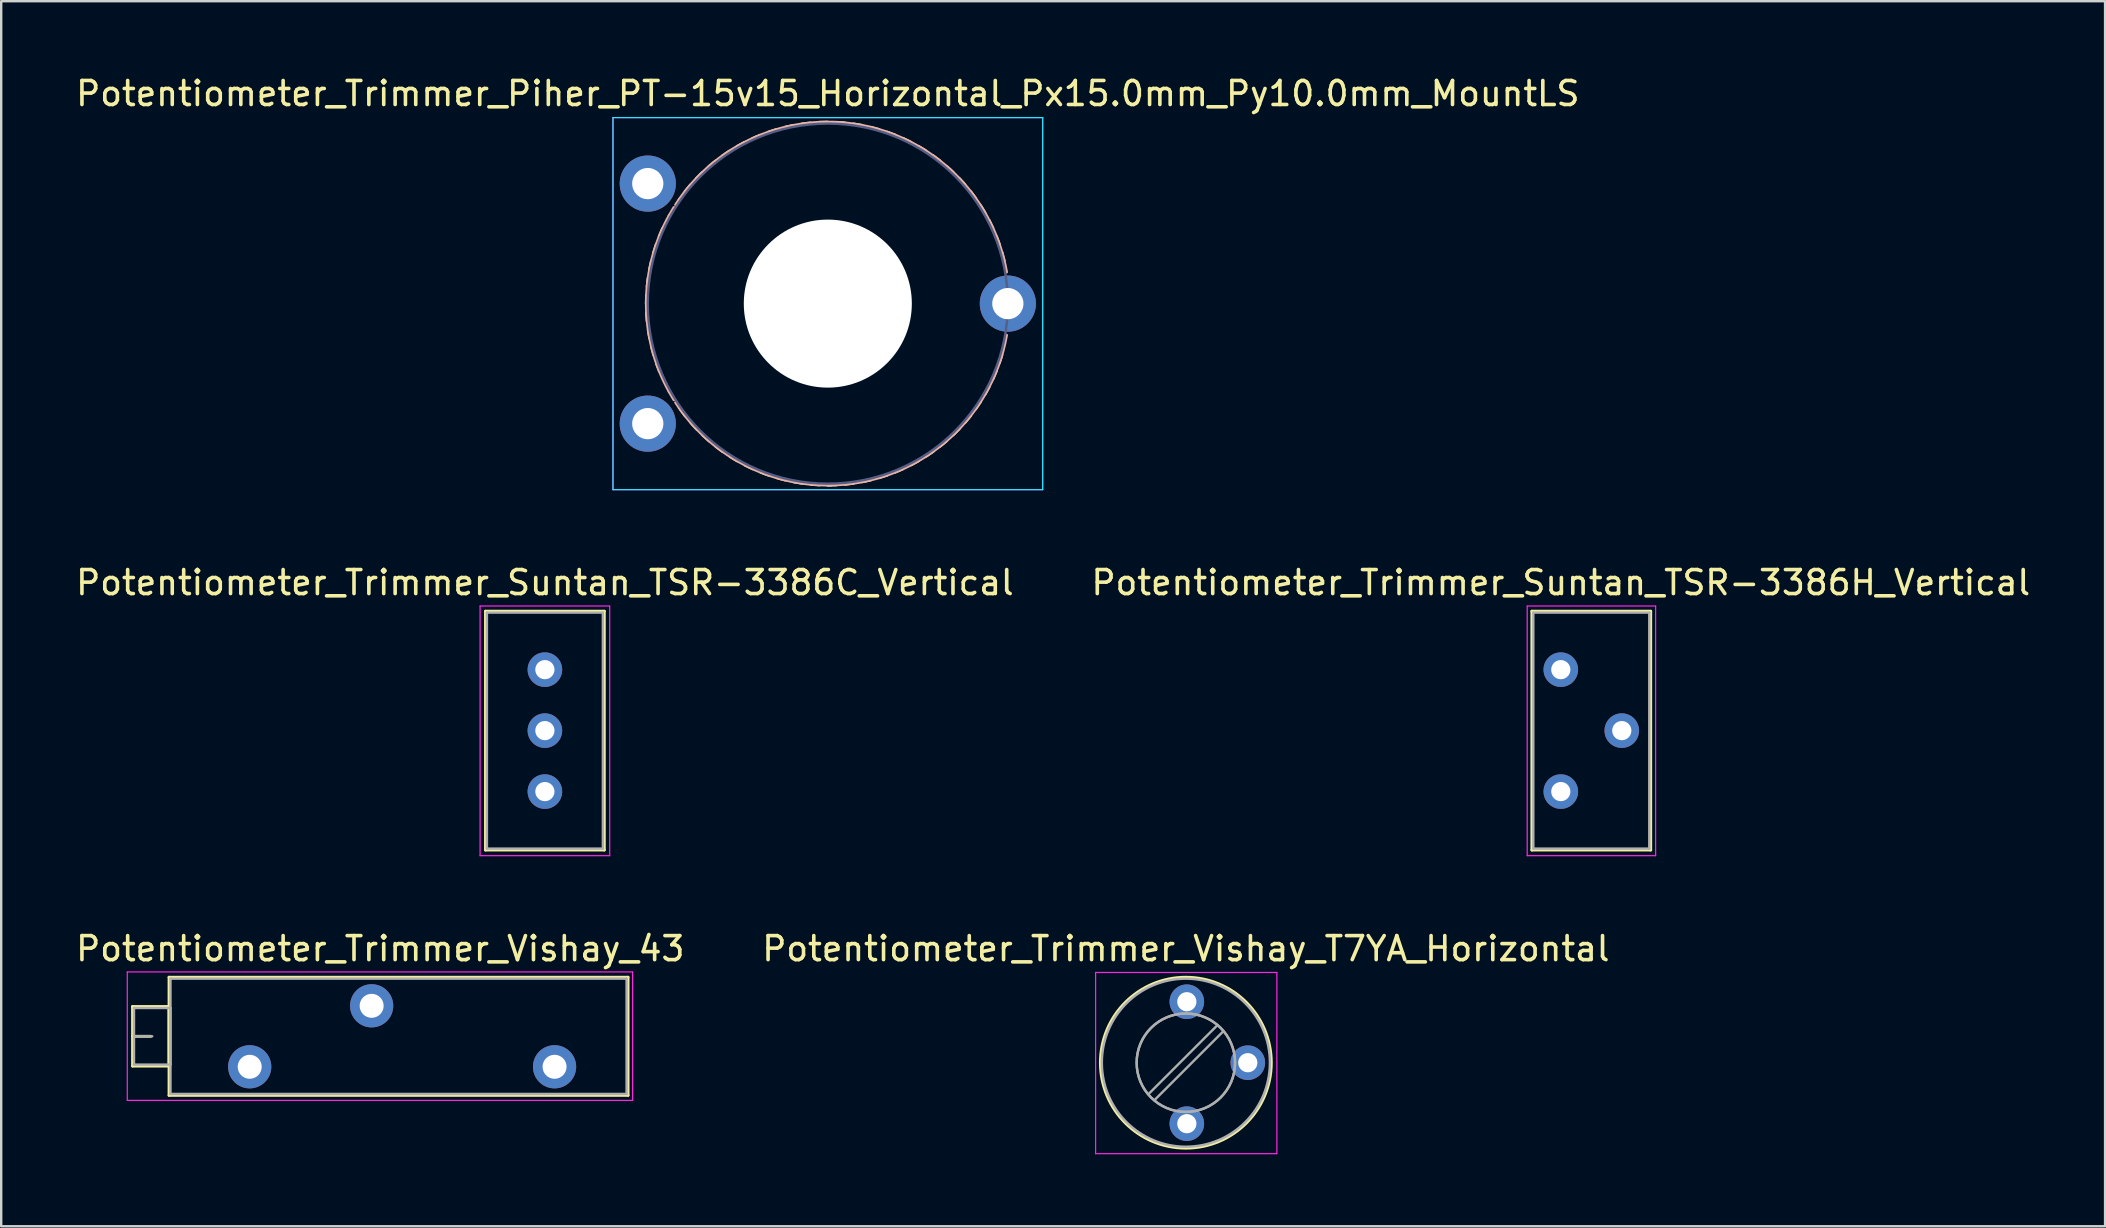
<source format=kicad_pcb>
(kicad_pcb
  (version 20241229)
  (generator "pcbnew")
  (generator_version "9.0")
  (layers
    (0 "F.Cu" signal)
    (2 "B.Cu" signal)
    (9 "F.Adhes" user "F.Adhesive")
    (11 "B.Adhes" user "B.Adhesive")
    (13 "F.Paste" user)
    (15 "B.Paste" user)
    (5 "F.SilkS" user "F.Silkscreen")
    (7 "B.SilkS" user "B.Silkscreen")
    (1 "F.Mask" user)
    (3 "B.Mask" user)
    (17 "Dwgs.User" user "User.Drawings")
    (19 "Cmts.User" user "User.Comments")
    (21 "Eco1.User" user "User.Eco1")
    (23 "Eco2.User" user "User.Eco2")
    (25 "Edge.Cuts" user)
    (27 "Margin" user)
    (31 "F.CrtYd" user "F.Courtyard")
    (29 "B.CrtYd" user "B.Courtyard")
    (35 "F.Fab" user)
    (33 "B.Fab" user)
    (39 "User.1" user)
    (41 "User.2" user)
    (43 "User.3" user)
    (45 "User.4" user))
  (footprint "Potentiometer_Trimmer_Vishay_T7YA_Horizontal"
    (layer "F.Cu")
    (at 46.391 43.76)
    (property "Reference" "Potentiometer_Trimmer_Vishay_T7YA_Horizontal" (at -0.04 -7.29 0) (layer "F.SilkS") (effects (font (size 1 1) (thickness 0.15))))
    (attr through_hole)
    (fp_circle (center -0.041 -2.54) (end 3.519 -2.54) (stroke (width 0.12) (type solid)) (fill no) (layer "F.SilkS"))
    (fp_line (start -3.8 -6.3) (end -3.8 1.25) (stroke (width 0.05) (type solid)) (layer "F.CrtYd"))
    (fp_line (start -3.8 1.25) (end 3.75 1.25) (stroke (width 0.05) (type solid)) (layer "F.CrtYd"))
    (fp_line (start 3.75 -6.3) (end -3.8 -6.3) (stroke (width 0.05) (type solid)) (layer "F.CrtYd"))
    (fp_line (start 3.75 1.25) (end 3.75 -6.3) (stroke (width 0.05) (type solid)) (layer "F.CrtYd"))
    (fp_line (start 1.265 -4.094) (end -1.595 -1.235) (stroke (width 0.1) (type solid)) (layer "F.Fab"))
    (fp_line (start 1.515 -3.844) (end -1.345 -0.985) (stroke (width 0.1) (type solid)) (layer "F.Fab"))
    (fp_circle (center -0.041 -2.54) (end 2.009 -2.54) (stroke (width 0.1) (type solid)) (fill no) (layer "F.Fab"))
    (fp_circle (center -0.04 -2.54) (end 2.01 -2.54) (stroke (width 0.1) (type solid)) (fill no) (layer "F.Fab"))
    (fp_circle (center -0.04 -2.54) (end 3.46 -2.54) (stroke (width 0.1) (type solid)) (fill no) (layer "F.Fab"))
    (pad "1" thru_hole circle (at 0 0) (size 1.44 1.44) (drill 0.8) (layers "*.Cu" "*.Mask"))
    (pad "2" thru_hole circle (at 2.54 -2.54) (size 1.44 1.44) (drill 0.8) (layers "*.Cu" "*.Mask"))
    (pad "3" thru_hole circle (at 0 -5.08) (size 1.44 1.44) (drill 0.8) (layers "*.Cu" "*.Mask")))
  (footprint "Potentiometer_Trimmer_Suntan_TSR-3386H_Vertical"
    (layer "F.Cu")
    (at 61.97 24.846)
    (property "Reference" "Potentiometer_Trimmer_Suntan_TSR-3386H_Vertical" (at 0 -3.625 0) (layer "F.SilkS") (effects (font (size 1 1) (thickness 0.15))))
    (attr through_hole)
    (fp_line (start -1.205 -2.435) (end -1.205 7.515) (stroke (width 0.12) (type solid)) (layer "F.SilkS"))
    (fp_line (start -1.205 -2.435) (end 3.745 -2.435) (stroke (width 0.12) (type solid)) (layer "F.SilkS"))
    (fp_line (start -1.205 7.515) (end 3.745 7.515) (stroke (width 0.12) (type solid)) (layer "F.SilkS"))
    (fp_line (start 3.745 -2.435) (end 3.745 7.515) (stroke (width 0.12) (type solid)) (layer "F.SilkS"))
    (fp_line (start -1.4 -2.65) (end -1.4 7.75) (stroke (width 0.05) (type solid)) (layer "F.CrtYd"))
    (fp_line (start -1.4 7.75) (end 3.95 7.75) (stroke (width 0.05) (type solid)) (layer "F.CrtYd"))
    (fp_line (start 3.95 -2.65) (end -1.4 -2.65) (stroke (width 0.05) (type solid)) (layer "F.CrtYd"))
    (fp_line (start 3.95 7.75) (end 3.95 -2.65) (stroke (width 0.05) (type solid)) (layer "F.CrtYd"))
    (fp_line (start -1.145 -2.375) (end 3.685 -2.375) (stroke (width 0.1) (type solid)) (layer "F.Fab"))
    (fp_line (start -1.145 7.455) (end -1.145 -2.375) (stroke (width 0.1) (type solid)) (layer "F.Fab"))
    (fp_line (start 3.685 -2.375) (end 3.685 7.455) (stroke (width 0.1) (type solid)) (layer "F.Fab"))
    (fp_line (start 3.685 7.455) (end -1.145 7.455) (stroke (width 0.1) (type solid)) (layer "F.Fab"))
    (pad "1" thru_hole circle (at 0 0) (size 1.44 1.44) (drill 0.8) (layers "*.Cu" "*.Mask"))
    (pad "2" thru_hole circle (at 2.54 2.54) (size 1.44 1.44) (drill 0.8) (layers "*.Cu" "*.Mask"))
    (pad "3" thru_hole circle (at 0 5.08) (size 1.44 1.44) (drill 0.8) (layers "*.Cu" "*.Mask")))
  (footprint "Potentiometer_Trimmer_Vishay_43"
    (layer "F.Cu")
    (at 20.052 41.39)
    (property "Reference" "Potentiometer_Trimmer_Vishay_43" (at -7.26 -4.92 0) (layer "F.SilkS") (effects (font (size 1 1) (thickness 0.15))))
    (attr through_hole)
    (fp_line (start -17.58 -2.51) (end -17.58 -0.03) (stroke (width 0.12) (type solid)) (layer "F.SilkS"))
    (fp_line (start -17.58 -2.51) (end -16.061 -2.51) (stroke (width 0.12) (type solid)) (layer "F.SilkS"))
    (fp_line (start -17.58 -1.27) (end -16.82 -1.27) (stroke (width 0.12) (type solid)) (layer "F.SilkS"))
    (fp_line (start -17.58 -0.03) (end -16.061 -0.03) (stroke (width 0.12) (type solid)) (layer "F.SilkS"))
    (fp_line (start -16.061 -2.51) (end -16.061 -0.03) (stroke (width 0.12) (type solid)) (layer "F.SilkS"))
    (fp_line (start -16.06 -3.73) (end -16.06 1.19) (stroke (width 0.12) (type solid)) (layer "F.SilkS"))
    (fp_line (start -16.06 -3.73) (end 3.061 -3.73) (stroke (width 0.12) (type solid)) (layer "F.SilkS"))
    (fp_line (start -16.06 1.19) (end 3.061 1.19) (stroke (width 0.12) (type solid)) (layer "F.SilkS"))
    (fp_line (start 3.061 -3.73) (end 3.061 1.19) (stroke (width 0.12) (type solid)) (layer "F.SilkS"))
    (fp_line (start -17.8 -3.95) (end -17.8 1.4) (stroke (width 0.05) (type solid)) (layer "F.CrtYd"))
    (fp_line (start -17.8 1.4) (end 3.25 1.4) (stroke (width 0.05) (type solid)) (layer "F.CrtYd"))
    (fp_line (start 3.25 -3.95) (end -17.8 -3.95) (stroke (width 0.05) (type solid)) (layer "F.CrtYd"))
    (fp_line (start 3.25 1.4) (end 3.25 -3.95) (stroke (width 0.05) (type solid)) (layer "F.CrtYd"))
    (fp_line (start -17.52 -2.45) (end -17.52 -0.09) (stroke (width 0.1) (type solid)) (layer "F.Fab"))
    (fp_line (start -17.52 -1.27) (end -16.76 -1.27) (stroke (width 0.1) (type solid)) (layer "F.Fab"))
    (fp_line (start -17.52 -0.09) (end -16 -0.09) (stroke (width 0.1) (type solid)) (layer "F.Fab"))
    (fp_line (start -16 -3.67) (end -16 1.13) (stroke (width 0.1) (type solid)) (layer "F.Fab"))
    (fp_line (start -16 -2.45) (end -17.52 -2.45) (stroke (width 0.1) (type solid)) (layer "F.Fab"))
    (fp_line (start -16 -0.09) (end -16 -2.45) (stroke (width 0.1) (type solid)) (layer "F.Fab"))
    (fp_line (start -16 1.13) (end 3 1.13) (stroke (width 0.1) (type solid)) (layer "F.Fab"))
    (fp_line (start 3 -3.67) (end -16 -3.67) (stroke (width 0.1) (type solid)) (layer "F.Fab"))
    (fp_line (start 3 1.13) (end 3 -3.67) (stroke (width 0.1) (type solid)) (layer "F.Fab"))
    (pad "1" thru_hole circle (at 0 0) (size 1.8 1.8) (drill 1) (layers "*.Cu" "*.Mask"))
    (pad "2" thru_hole circle (at -7.62 -2.54) (size 1.8 1.8) (drill 1) (layers "*.Cu" "*.Mask"))
    (pad "3" thru_hole circle (at -12.7 0) (size 1.8 1.8) (drill 1) (layers "*.Cu" "*.Mask")))
  (footprint "Potentiometer_Trimmer_Piher_PT-15v15_Horizontal_Px15.0mm_Py10.0mm_MountLS"
    (layer "F.Cu")
    (at 23.935 14.598)
    (property "Reference" "Potentiometer_Trimmer_Piher_PT-15v15_Horizontal_Px15.0mm_Py10.0mm_MountLS" (at 7.5 -13.75 0) (layer "F.SilkS") (effects (font (size 1 1) (thickness 0.15))))
    (attr through_hole)
    (fp_arc (start -0.060867 -4.988822) (mid -0.059032 -5.166957) (end -0.053 -5.345) (stroke (width 0.12) (type solid)) (layer "F.SilkS"))
    (fp_arc (start -0.026718 -5.708229) (mid -0.007943 -5.88536) (end 0.015 -6.062) (stroke (width 0.12) (type solid)) (layer "F.SilkS"))
    (fp_arc (start -0.024953 -4.269715) (mid -0.04007 -4.447204) (end -0.051 -4.625) (stroke (width 0.12) (type solid)) (layer "F.SilkS"))
    (fp_arc (start 0.074828 -6.420804) (mid 0.110363 -6.595345) (end 0.15 -6.769) (stroke (width 0.12) (type solid)) (layer "F.SilkS"))
    (fp_arc (start 0.079697 -3.557855) (mid 0.04778 -3.733076) (end 0.02 -3.909) (stroke (width 0.12) (type solid)) (layer "F.SilkS"))
    (fp_arc (start 0.244053 -7.120552) (mid 0.296027 -7.290912) (end 0.352 -7.46) (stroke (width 0.12) (type solid)) (layer "F.SilkS"))
    (fp_arc (start 0.249802 -2.859092) (mid 0.201375 -3.030499) (end 0.157 -3.203) (stroke (width 0.12) (type solid)) (layer "F.SilkS"))
    (fp_arc (start 0.478291 -7.800341) (mid 0.546215 -7.964993) (end 0.618 -8.128) (stroke (width 0.12) (type solid)) (layer "F.SilkS"))
    (fp_arc (start 0.486126 -2.178469) (mid 0.421598 -2.344497) (end 0.361 -2.512) (stroke (width 0.12) (type solid)) (layer "F.SilkS"))
    (fp_arc (start 1.552598 -9.666019) (mid 1.664179 -9.804843) (end 1.779 -9.941) (stroke (width 0.12) (type solid)) (layer "F.SilkS"))
    (fp_arc (start 1.566046 -0.316273) (mid 1.457346 -0.457376) (end 1.352 -0.601) (stroke (width 0.12) (type solid)) (layer "F.SilkS"))
    (fp_arc (start 2.023411 -10.211803) (mid 2.14772 -10.339383) (end 2.275 -10.464) (stroke (width 0.12) (type solid)) (layer "F.SilkS"))
    (fp_arc (start 2.038166 0.22709) (mid 1.916533 0.09696) (end 1.798 -0.036) (stroke (width 0.12) (type solid)) (layer "F.SilkS"))
    (fp_arc (start 2.543574 -10.708858) (mid 2.679449 -10.824046) (end 2.818 -10.936) (stroke (width 0.12) (type solid)) (layer "F.SilkS"))
    (fp_arc (start 2.560109 0.723054) (mid 2.426646 0.605083) (end 2.296 0.484) (stroke (width 0.12) (type solid)) (layer "F.SilkS"))
    (fp_arc (start 3.109233 -11.153998) (mid 3.255438 -11.255735) (end 3.404 -11.354) (stroke (width 0.12) (type solid)) (layer "F.SilkS"))
    (fp_arc (start 3.126644 1.166859) (mid 2.982568 1.062112) (end 2.841 0.954) (stroke (width 0.12) (type solid)) (layer "F.SilkS"))
    (fp_arc (start 3.714536 -11.543945) (mid 3.86976 -11.631313) (end 4.027 -11.715) (stroke (width 0.12) (type solid)) (layer "F.SilkS"))
    (fp_arc (start 3.732589 1.554746) (mid 3.579206 1.464167) (end 3.428 1.37) (stroke (width 0.12) (type solid)) (layer "F.SilkS"))
    (fp_arc (start 4.353678 -11.874419) (mid 4.516511 -11.946637) (end 4.681 -12.015) (stroke (width 0.12) (type solid)) (layer "F.SilkS"))
    (fp_arc (start 4.37276 1.882954) (mid 4.211467 1.807366) (end 4.052 1.728) (stroke (width 0.12) (type solid)) (layer "F.SilkS"))
    (fp_arc (start 5.021806 -12.14219) (mid 5.190762 -12.198593) (end 5.361 -12.251) (stroke (width 0.12) (type solid)) (layer "F.SilkS"))
    (fp_arc (start 5.041071 2.149769) (mid 4.873306 2.089853) (end 4.707 2.026) (stroke (width 0.12) (type solid)) (layer "F.SilkS"))
    (fp_arc (start 5.711975 -12.345927) (mid 5.885539 -12.386013) (end 6.06 -12.422) (stroke (width 0.12) (type solid)) (layer "F.SilkS"))
    (fp_arc (start 5.73229 2.35043) (mid 5.559606 2.306743) (end 5.388 2.259) (stroke (width 0.12) (type solid)) (layer "F.SilkS"))
    (fp_arc (start 6.418332 -12.482353) (mid 6.594915 -12.50576) (end 6.772 -12.525) (stroke (width 0.12) (type solid)) (layer "F.SilkS"))
    (fp_arc (start 6.439427 2.485269) (mid 6.26337 2.458204) (end 6.088 2.427) (stroke (width 0.12) (type solid)) (layer "F.SilkS"))
    (fp_arc (start 7.134885 -12.551183) (mid 7.312891 -12.557689) (end 7.491 -12.56) (stroke (width 0.12) (type solid)) (layer "F.SilkS"))
    (fp_arc (start 7.156393 2.55257) (mid 6.978552 2.542378) (end 6.801 2.528) (stroke (width 0.12) (type solid)) (layer "F.SilkS"))
    (fp_arc (start 7.854642 -12.55209) (mid 8.032469 -12.541639) (end 8.21 -12.527) (stroke (width 0.12) (type solid)) (layer "F.SilkS"))
    (fp_arc (start 7.856125 2.551607) (mid 7.678112 2.557901) (end 7.5 2.56) (stroke (width 0.12) (type solid)) (layer "F.SilkS"))
    (fp_arc (start 8.570609 -12.484742) (mid 8.746651 -12.457441) (end 8.922 -12.426) (stroke (width 0.12) (type solid)) (layer "F.SilkS"))
    (fp_arc (start 8.572725 2.483776) (mid 8.396111 2.506972) (end 8.219 2.526) (stroke (width 0.12) (type solid)) (layer "F.SilkS"))
    (fp_arc (start 9.277793 -12.348904) (mid 9.450438 -12.30498) (end 9.622 -12.257) (stroke (width 0.12) (type solid)) (layer "F.SilkS"))
    (fp_arc (start 9.280129 2.348302) (mid 9.10651 2.388202) (end 8.932 2.424) (stroke (width 0.12) (type solid)) (layer "F.SilkS"))
    (fp_arc (start 9.968108 -12.146197) (mid 10.135786 -12.086065) (end 10.302 -12.022) (stroke (width 0.12) (type solid)) (layer "F.SilkS"))
    (fp_arc (start 9.970345 2.145563) (mid 9.801311 2.20178) (end 9.631 2.254) (stroke (width 0.12) (type solid)) (layer "F.SilkS"))
    (fp_arc (start 10.636419 -11.879383) (mid 10.797625 -11.80358) (end 10.957 -11.724) (stroke (width 0.12) (type solid)) (layer "F.SilkS"))
    (fp_arc (start 10.63852 1.878792) (mid 10.475586 1.950826) (end 10.311 2.019) (stroke (width 0.12) (type solid)) (layer "F.SilkS"))
    (fp_arc (start 11.276637 -11.550175) (mid 11.429909 -11.45938) (end 11.581 -11.365) (stroke (width 0.12) (type solid)) (layer "F.SilkS"))
    (fp_arc (start 11.278661 1.54827) (mid 11.123336 1.635477) (end 10.966 1.719) (stroke (width 0.12) (type solid)) (layer "F.SilkS"))
    (fp_arc (start 11.882629 -11.16129) (mid 12.026571 -11.056326) (end 12.168 -10.948) (stroke (width 0.12) (type solid)) (layer "F.SilkS"))
    (fp_arc (start 11.884011 1.159322) (mid 11.737682 1.260899) (end 11.589 1.359) (stroke (width 0.12) (type solid)) (layer "F.SilkS"))
    (fp_arc (start 12.448212 -10.716439) (mid 12.581517 -10.598274) (end 12.712 -10.477) (stroke (width 0.12) (type solid)) (layer "F.SilkS"))
    (fp_arc (start 12.449717 0.715181) (mid 12.313695 0.830209) (end 12.175 0.942) (stroke (width 0.12) (type solid)) (layer "F.SilkS"))
    (fp_arc (start 12.96925 -10.21843) (mid 13.090677 -10.088127) (end 13.209 -9.955) (stroke (width 0.12) (type solid)) (layer "F.SilkS"))
    (fp_arc (start 12.970879 0.218079) (mid 12.846424 0.345523) (end 12.719 0.47) (stroke (width 0.12) (type solid)) (layer "F.SilkS"))
    (fp_arc (start 13.44137 -9.675067) (mid 13.549864 -9.533792) (end 13.655 -9.39) (stroke (width 0.12) (type solid)) (layer "F.SilkS"))
    (fp_arc (start 13.442784 -0.325754) (mid 13.331011 -0.187041) (end 13.216 -0.051) (stroke (width 0.12) (type solid)) (layer "F.SilkS"))
    (fp_arc (start 13.858437 -9.089063) (mid 13.95301 -8.938125) (end 14.044 -8.785) (stroke (width 0.12) (type solid)) (layer "F.SilkS"))
    (fp_arc (start 13.859629 -0.912041) (mid 13.761553 -0.763345) (end 13.66 -0.617) (stroke (width 0.12) (type solid)) (layer "F.SilkS"))
    (fp_arc (start 14.219171 -8.466364) (mid 14.298973 -8.3071) (end 14.375 -8.146) (stroke (width 0.12) (type solid)) (layer "F.SilkS"))
    (fp_arc (start 14.219698 -1.534694) (mid 14.136191 -1.377341) (end 14.049 -1.222) (stroke (width 0.12) (type solid)) (layer "F.SilkS"))
    (fp_arc (start 14.518341 -7.81173) (mid 14.582637 -7.645599) (end 14.643 -7.478) (stroke (width 0.12) (type solid)) (layer "F.SilkS"))
    (fp_arc (start 14.519183 -2.189529) (mid 14.451021 -2.024939) (end 14.379 -1.862) (stroke (width 0.12) (type solid)) (layer "F.SilkS"))
    (fp_arc (start 14.753666 -7.13106) (mid 14.80186 -6.959574) (end 14.846 -6.787) (stroke (width 0.12) (type solid)) (layer "F.SilkS"))
    (fp_arc (start 14.75442 -2.869365) (mid 14.702209 -2.699044) (end 14.646 -2.53) (stroke (width 0.12) (type solid)) (layer "F.SilkS"))
    (fp_arc (start 0.888607 -1.335708) (mid -0.058939 -5.000405) (end 0.889 -8.665) (stroke (width 0.12) (type solid)) (layer "B.SilkS"))
    (fp_arc (start 0.889127 -8.665036) (mid 0.987332 -8.836833) (end 1.09 -9.006) (stroke (width 0.12) (type solid)) (layer "B.SilkS"))
    (fp_arc (start 1.088873 -0.993977) (mid 0.986204 -1.163174) (end 0.888 -1.335) (stroke (width 0.12) (type solid)) (layer "B.SilkS"))
    (fp_arc (start 1.160448 -9.117261) (mid 1.23327 -9.227274) (end 1.308 -9.336) (stroke (width 0.12) (type solid)) (layer "B.SilkS"))
    (fp_arc (start 1.307159 -9.337393) (mid 9.137331 -12.381288) (end 14.946 -6.312) (stroke (width 0.12) (type solid)) (layer "B.SilkS"))
    (fp_arc (start 1.307543 -0.664245) (mid 1.232817 -0.772979) (end 1.16 -0.883) (stroke (width 0.12) (type solid)) (layer "B.SilkS"))
    (fp_arc (start 7.631625 2.55889) (mid 4.067534 1.735898) (end 1.307 -0.664) (stroke (width 0.12) (type solid)) (layer "B.SilkS"))
    (fp_arc (start 14.945147 -3.68722) (mid 12.359475 0.791296) (end 7.5 2.56) (stroke (width 0.12) (type solid)) (layer "B.SilkS"))
    (fp_line (start -1.45 -12.75) (end -1.45 2.75) (stroke (width 0.05) (type solid)) (layer "B.CrtYd"))
    (fp_line (start -1.45 2.75) (end 16.45 2.75) (stroke (width 0.05) (type solid)) (layer "B.CrtYd"))
    (fp_line (start 16.45 -12.75) (end -1.45 -12.75) (stroke (width 0.05) (type solid)) (layer "B.CrtYd"))
    (fp_line (start 16.45 2.75) (end 16.45 -12.75) (stroke (width 0.05) (type solid)) (layer "B.CrtYd"))
    (fp_line (start -1.45 -12.75) (end -1.45 2.75) (stroke (width 0.05) (type solid)) (layer "F.CrtYd"))
    (fp_line (start -1.45 2.75) (end 16.45 2.75) (stroke (width 0.05) (type solid)) (layer "F.CrtYd"))
    (fp_line (start 16.45 -12.75) (end -1.45 -12.75) (stroke (width 0.05) (type solid)) (layer "F.CrtYd"))
    (fp_line (start 16.45 2.75) (end 16.45 -12.75) (stroke (width 0.05) (type solid)) (layer "F.CrtYd"))
    (fp_circle (center 7.5 -5) (end 9.7 -5) (stroke (width 0.1) (type solid)) (fill no) (layer "B.Fab"))
    (fp_circle (center 7.5 -5) (end 10.5 -5) (stroke (width 0.1) (type solid)) (fill no) (layer "B.Fab"))
    (fp_circle (center 7.5 -5) (end 15 -5) (stroke (width 0.1) (type solid)) (fill no) (layer "B.Fab"))
    (pad "" np_thru_hole circle (at 7.5 -5) (size 7 7) (drill 7) (layers "*.Cu" "*.Mask"))
    (pad "1" thru_hole circle (at 0 0) (size 2.34 2.34) (drill 1.3) (layers "*.Cu" "*.Mask"))
    (pad "2" thru_hole circle (at 15 -5) (size 2.34 2.34) (drill 1.3) (layers "*.Cu" "*.Mask"))
    (pad "3" thru_hole circle (at 0 -10) (size 2.34 2.34) (drill 1.3) (layers "*.Cu" "*.Mask")))
  (footprint "Potentiometer_Trimmer_Suntan_TSR-3386C_Vertical"
    (layer "F.Cu")
    (at 19.649 24.846)
    (property "Reference" "Potentiometer_Trimmer_Suntan_TSR-3386C_Vertical" (at 0 -3.625 0) (layer "F.SilkS") (effects (font (size 1 1) (thickness 0.15))))
    (attr through_hole)
    (fp_line (start -2.475 -2.435) (end -2.475 7.515) (stroke (width 0.12) (type solid)) (layer "F.SilkS"))
    (fp_line (start -2.475 -2.435) (end 2.475 -2.435) (stroke (width 0.12) (type solid)) (layer "F.SilkS"))
    (fp_line (start -2.475 7.515) (end 2.475 7.515) (stroke (width 0.12) (type solid)) (layer "F.SilkS"))
    (fp_line (start 2.475 -2.435) (end 2.475 7.515) (stroke (width 0.12) (type solid)) (layer "F.SilkS"))
    (fp_line (start -2.7 -2.65) (end -2.7 7.75) (stroke (width 0.05) (type solid)) (layer "F.CrtYd"))
    (fp_line (start -2.7 7.75) (end 2.7 7.75) (stroke (width 0.05) (type solid)) (layer "F.CrtYd"))
    (fp_line (start 2.7 -2.65) (end -2.7 -2.65) (stroke (width 0.05) (type solid)) (layer "F.CrtYd"))
    (fp_line (start 2.7 7.75) (end 2.7 -2.65) (stroke (width 0.05) (type solid)) (layer "F.CrtYd"))
    (fp_line (start -2.415 -2.375) (end 2.415 -2.375) (stroke (width 0.1) (type solid)) (layer "F.Fab"))
    (fp_line (start -2.415 7.455) (end -2.415 -2.375) (stroke (width 0.1) (type solid)) (layer "F.Fab"))
    (fp_line (start 2.415 -2.375) (end 2.415 7.455) (stroke (width 0.1) (type solid)) (layer "F.Fab"))
    (fp_line (start 2.415 7.455) (end -2.415 7.455) (stroke (width 0.1) (type solid)) (layer "F.Fab"))
    (pad "1" thru_hole circle (at 0 0) (size 1.44 1.44) (drill 0.8) (layers "*.Cu" "*.Mask"))
    (pad "2" thru_hole circle (at 0 2.54) (size 1.44 1.44) (drill 0.8) (layers "*.Cu" "*.Mask"))
    (pad "3" thru_hole circle (at 0 5.08) (size 1.44 1.44) (drill 0.8) (layers "*.Cu" "*.Mask")))
  (gr_rect
    (start -3 -3)
    (end 84.643 48.035)
    (stroke (width 0.1) (type default))
    (fill no)
    (layer "Edge.Cuts")))
</source>
